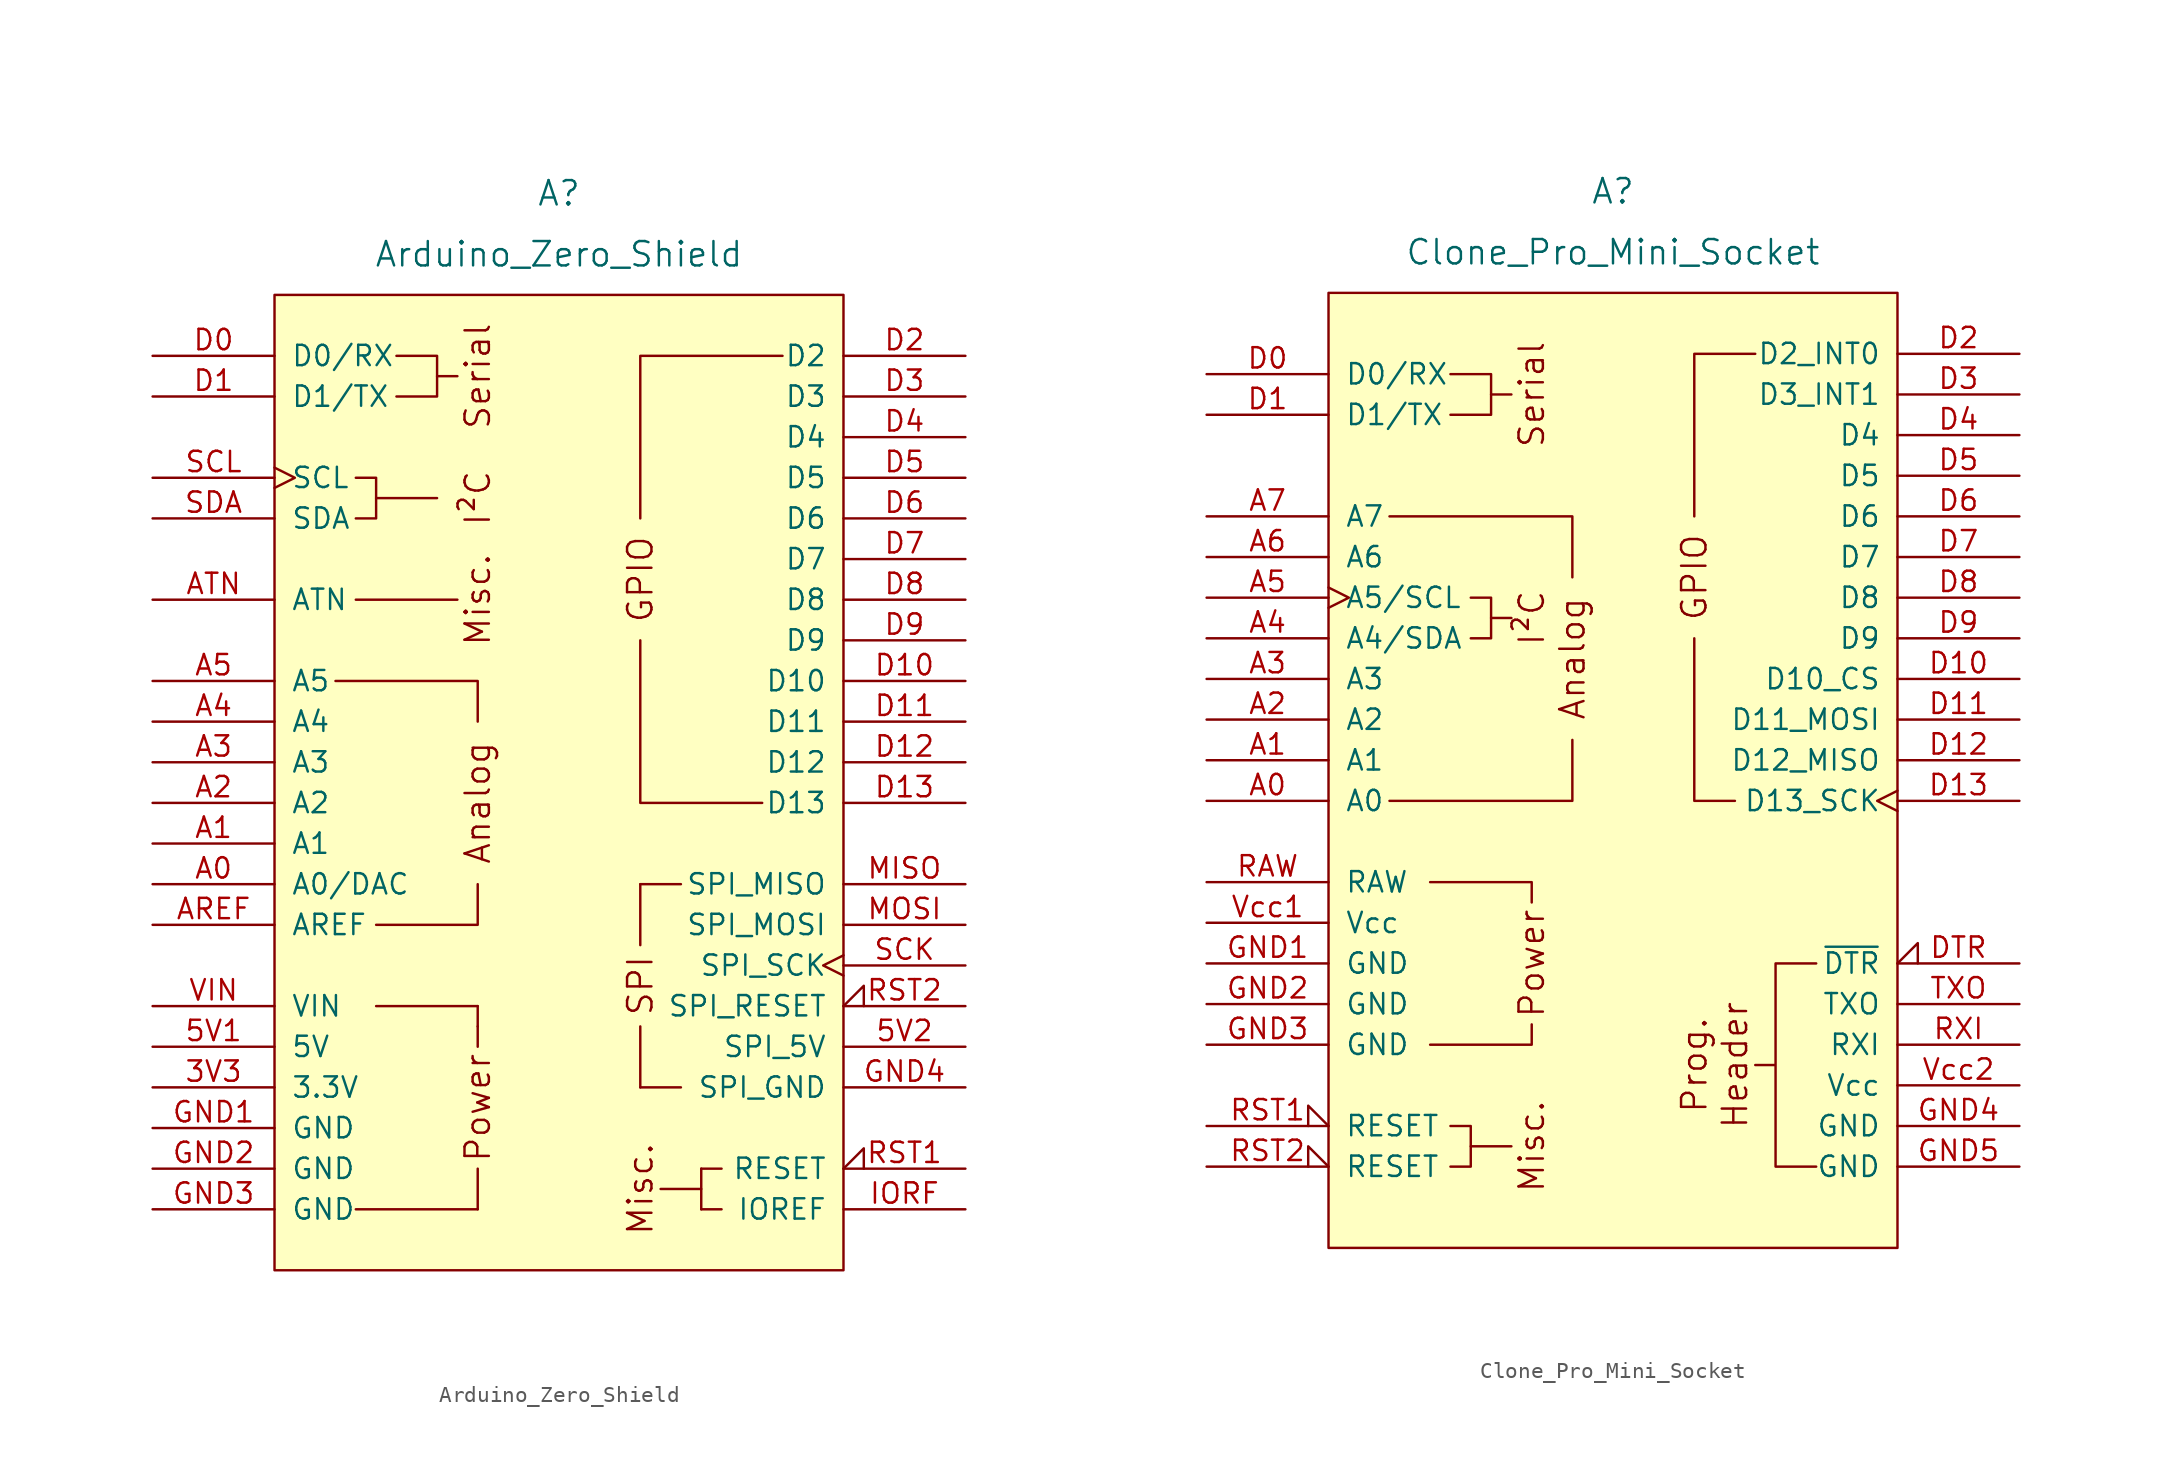
<source format=kicad_sym>
(kicad_symbol_lib
  (version 20211014)
  (generator kicad_symbol_editor)
  (symbol "Arduino_Zero_Shield"
    (pin_names
      (offset 1.016))
    (property "Reference" "A"
      (at 0 36.83 0)
      (effects (font (size 1.524 1.524))))
    (property "Value" "Arduino_Zero_Shield"
      (at 0 33.02 0)
      (effects (font (size 1.524 1.524))))
    (symbol "Arduino_Zero_Shield_0_0"
      (rectangle (start -17.78 30.48) (end 17.78 -30.48) (stroke (width 0) (type default) (color 0 0 0 0)) (fill (type background)))
      (rectangle (start -12.7 -26.67) (end -5.08 -26.67) (stroke (width 0) (type default) (color 0 0 0 0)) (fill (type none)))
      (rectangle (start -11.43 -13.97) (end -5.08 -13.97) (stroke (width 0) (type default) (color 0 0 0 0)) (fill (type none)))
      (polyline (pts (xy -11.43 17.78) (xy -7.62 17.78)) (stroke (width 0) (type default) (color 0 0 0 0)) (fill (type none)))
      (polyline (pts (xy -7.62 25.4) (xy -6.35 25.4)) (stroke (width 0) (type default) (color 0 0 0 0)) (fill (type none)))
      (polyline (pts (xy -6.35 11.43) (xy -12.7 11.43)) (stroke (width 0) (type default) (color 0 0 0 0)) (fill (type none)))
      (polyline (pts (xy -5.08 -26.67) (xy -5.08 -24.13)) (stroke (width 0) (type default) (color 0 0 0 0)) (fill (type none)))
      (polyline (pts (xy -5.08 -15.24) (xy -5.08 -16.51)) (stroke (width 0) (type default) (color 0 0 0 0)) (fill (type none)))
      (polyline (pts (xy -5.08 -13.97) (xy -5.08 -15.24)) (stroke (width 0) (type default) (color 0 0 0 0)) (fill (type none)))
      (polyline (pts (xy -5.08 -6.35) (xy -5.08 -8.89) (xy -11.43 -8.89)) (stroke (width 0) (type default) (color 0 0 0 0)) (fill (type none)))
      (polyline (pts (xy -5.08 3.81) (xy -5.08 6.35) (xy -13.97 6.35)) (stroke (width 0) (type default) (color 0 0 0 0)) (fill (type none)))
      (polyline (pts (xy 5.08 8.89) (xy 5.08 -1.27) (xy 12.7 -1.27)) (stroke (width 0) (type default) (color 0 0 0 0)) (fill (type none)))
      (polyline (pts (xy 5.08 16.51) (xy 5.08 26.67) (xy 13.97 26.67)) (stroke (width 0) (type default) (color 0 0 0 0)) (fill (type none)))
      (polyline (pts (xy -12.7 19.05) (xy -11.43 19.05) (xy -11.43 16.51) (xy -12.7 16.51)) (stroke (width 0) (type default) (color 0 0 0 0)) (fill (type none)))
      (polyline (pts (xy -10.16 26.67) (xy -7.62 26.67) (xy -7.62 24.13) (xy -10.16 24.13)) (stroke (width 0) (type default) (color 0 0 0 0)) (fill (type none)))
      (rectangle (start 5.08 -19.05) (end 5.08 -15.24) (stroke (width 0) (type default) (color 0 0 0 0)) (fill (type none)))
      (rectangle (start 5.08 -19.05) (end 7.62 -19.05) (stroke (width 0) (type default) (color 0 0 0 0)) (fill (type none)))
      (rectangle (start 5.08 -10.16) (end 5.08 -6.35) (stroke (width 0) (type default) (color 0 0 0 0)) (fill (type none)))
      (rectangle (start 7.62 -6.35) (end 5.08 -6.35) (stroke (width 0) (type default) (color 0 0 0 0)) (fill (type none)))
      (rectangle (start 8.89 -25.4) (end 6.35 -25.4) (stroke (width 0) (type default) (color 0 0 0 0)) (fill (type none)))
      (rectangle (start 8.89 -24.13) (end 8.89 -26.67) (stroke (width 0) (type default) (color 0 0 0 0)) (fill (type none)))
      (rectangle (start 10.16 -26.67) (end 8.89 -26.67) (stroke (width 0) (type default) (color 0 0 0 0)) (fill (type none)))
      (rectangle (start 10.16 -24.13) (end 8.89 -24.13) (stroke (width 0) (type default) (color 0 0 0 0)) (fill (type none)))
      (text "Analog" (at -5.08 -1.27 900) (effects (font (size 1.524 1.524))))
      (text "I²C" (at -5.08 17.78 900) (effects (font (size 1.524 1.524))))
      (text "Misc." (at -5.08 11.43 900) (effects (font (size 1.524 1.524))))
      (text "Misc." (at 5.08 -25.4 900) (effects (font (size 1.524 1.524))))
      (text "Power" (at -5.08 -20.32 900) (effects (font (size 1.524 1.524))))
      (text "Serial" (at -5.08 25.4 900) (effects (font (size 1.524 1.524))))
      (text "SPI" (at 5.08 -12.7 900) (effects (font (size 1.524 1.524)))))
    (symbol "Arduino_Zero_Shield_1_0"
      (text "GPIO" (at 5.08 12.7 900) (effects (font (size 1.524 1.524)))))
    (symbol "Arduino_Zero_Shield_1_1"
      (pin power_in line (at -25.4 -19.05 0) (length 7.62) (name "3.3V" (effects (font (size 1.27 1.27)))) (number "3V3" (effects (font (size 1.27 1.27)))))
      (pin power_in line (at -25.4 -16.51 0) (length 7.62) (name "5V" (effects (font (size 1.27 1.27)))) (number "5V1" (effects (font (size 1.27 1.27)))))
      (pin power_in line (at 25.4 -16.51 180) (length 7.62) (name "SPI_5V" (effects (font (size 1.27 1.27)))) (number "5V2" (effects (font (size 1.27 1.27)))))
      (pin bidirectional line (at -25.4 -6.35 0) (length 7.62) (name "A0/DAC" (effects (font (size 1.27 1.27)))) (number "A0" (effects (font (size 1.27 1.27)))))
      (pin bidirectional line (at -25.4 -3.81 0) (length 7.62) (name "A1" (effects (font (size 1.27 1.27)))) (number "A1" (effects (font (size 1.27 1.27)))))
      (pin bidirectional line (at -25.4 -1.27 0) (length 7.62) (name "A2" (effects (font (size 1.27 1.27)))) (number "A2" (effects (font (size 1.27 1.27)))))
      (pin bidirectional line (at -25.4 1.27 0) (length 7.62) (name "A3" (effects (font (size 1.27 1.27)))) (number "A3" (effects (font (size 1.27 1.27)))))
      (pin bidirectional line (at -25.4 3.81 0) (length 7.62) (name "A4" (effects (font (size 1.27 1.27)))) (number "A4" (effects (font (size 1.27 1.27)))))
      (pin bidirectional line (at -25.4 6.35 0) (length 7.62) (name "A5" (effects (font (size 1.27 1.27)))) (number "A5" (effects (font (size 1.27 1.27)))))
      (pin input line (at -25.4 -8.89 0) (length 7.62) (name "AREF" (effects (font (size 1.27 1.27)))) (number "AREF" (effects (font (size 1.27 1.27)))))
      (pin bidirectional line (at -25.4 11.43 0) (length 7.62) (name "ATN" (effects (font (size 1.27 1.27)))) (number "ATN" (effects (font (size 1.27 1.27)))))
      (pin bidirectional line (at -25.4 26.67 0) (length 7.62) (name "D0/RX" (effects (font (size 1.27 1.27)))) (number "D0" (effects (font (size 1.27 1.27)))))
      (pin bidirectional line (at -25.4 24.13 0) (length 7.62) (name "D1/TX" (effects (font (size 1.27 1.27)))) (number "D1" (effects (font (size 1.27 1.27)))))
      (pin bidirectional line (at 25.4 6.35 180) (length 7.62) (name "D10" (effects (font (size 1.27 1.27)))) (number "D10" (effects (font (size 1.27 1.27)))))
      (pin bidirectional line (at 25.4 3.81 180) (length 7.62) (name "D11" (effects (font (size 1.27 1.27)))) (number "D11" (effects (font (size 1.27 1.27)))))
      (pin bidirectional line (at 25.4 1.27 180) (length 7.62) (name "D12" (effects (font (size 1.27 1.27)))) (number "D12" (effects (font (size 1.27 1.27)))))
      (pin bidirectional line (at 25.4 -1.27 180) (length 7.62) (name "D13" (effects (font (size 1.27 1.27)))) (number "D13" (effects (font (size 1.27 1.27)))))
      (pin bidirectional line (at 25.4 26.67 180) (length 7.62) (name "D2" (effects (font (size 1.27 1.27)))) (number "D2" (effects (font (size 1.27 1.27)))))
      (pin bidirectional line (at 25.4 24.13 180) (length 7.62) (name "D3" (effects (font (size 1.27 1.27)))) (number "D3" (effects (font (size 1.27 1.27)))))
      (pin bidirectional line (at 25.4 21.59 180) (length 7.62) (name "D4" (effects (font (size 1.27 1.27)))) (number "D4" (effects (font (size 1.27 1.27)))))
      (pin bidirectional line (at 25.4 19.05 180) (length 7.62) (name "D5" (effects (font (size 1.27 1.27)))) (number "D5" (effects (font (size 1.27 1.27)))))
      (pin bidirectional line (at 25.4 16.51 180) (length 7.62) (name "D6" (effects (font (size 1.27 1.27)))) (number "D6" (effects (font (size 1.27 1.27)))))
      (pin bidirectional line (at 25.4 13.97 180) (length 7.62) (name "D7" (effects (font (size 1.27 1.27)))) (number "D7" (effects (font (size 1.27 1.27)))))
      (pin bidirectional line (at 25.4 11.43 180) (length 7.62) (name "D8" (effects (font (size 1.27 1.27)))) (number "D8" (effects (font (size 1.27 1.27)))))
      (pin bidirectional line (at 25.4 8.89 180) (length 7.62) (name "D9" (effects (font (size 1.27 1.27)))) (number "D9" (effects (font (size 1.27 1.27)))))
      (pin power_in line (at -25.4 -21.59 0) (length 7.62) (name "GND" (effects (font (size 1.27 1.27)))) (number "GND1" (effects (font (size 1.27 1.27)))))
      (pin power_in line (at -25.4 -24.13 0) (length 7.62) (name "GND" (effects (font (size 1.27 1.27)))) (number "GND2" (effects (font (size 1.27 1.27)))))
      (pin power_in line (at -25.4 -26.67 0) (length 7.62) (name "GND" (effects (font (size 1.27 1.27)))) (number "GND3" (effects (font (size 1.27 1.27)))))
      (pin power_in line (at 25.4 -19.05 180) (length 7.62) (name "SPI_GND" (effects (font (size 1.27 1.27)))) (number "GND4" (effects (font (size 1.27 1.27)))))
      (pin output line (at 25.4 -26.67 180) (length 7.62) (name "IOREF" (effects (font (size 1.27 1.27)))) (number "IORF" (effects (font (size 1.27 1.27)))))
      (pin input line (at 25.4 -6.35 180) (length 7.62) (name "SPI_MISO" (effects (font (size 1.27 1.27)))) (number "MISO" (effects (font (size 1.27 1.27)))))
      (pin output line (at 25.4 -8.89 180) (length 7.62) (name "SPI_MOSI" (effects (font (size 1.27 1.27)))) (number "MOSI" (effects (font (size 1.27 1.27)))))
      (pin open_collector input_low (at 25.4 -24.13 180) (length 7.62) (name "RESET" (effects (font (size 1.27 1.27)))) (number "RST1" (effects (font (size 1.27 1.27)))))
      (pin open_collector input_low (at 25.4 -13.97 180) (length 7.62) (name "SPI_RESET" (effects (font (size 1.27 1.27)))) (number "RST2" (effects (font (size 1.27 1.27)))))
      (pin output clock (at 25.4 -11.43 180) (length 7.62) (name "SPI_SCK" (effects (font (size 1.27 1.27)))) (number "SCK" (effects (font (size 1.27 1.27)))))
      (pin bidirectional clock (at -25.4 19.05 0) (length 7.62) (name "SCL" (effects (font (size 1.27 1.27)))) (number "SCL" (effects (font (size 1.27 1.27)))))
      (pin bidirectional line (at -25.4 16.51 0) (length 7.62) (name "SDA" (effects (font (size 1.27 1.27)))) (number "SDA" (effects (font (size 1.27 1.27)))))
      (pin power_in line (at -25.4 -13.97 0) (length 7.62) (name "VIN" (effects (font (size 1.27 1.27)))) (number "VIN" (effects (font (size 1.27 1.27)))))))
  (symbol "Clone_Pro_Mini_Socket"
    (pin_names
      (offset 1.016))
    (property "Reference" "A"
      (at 0 36.83 0)
      (effects (font (size 1.524 1.524))))
    (property "Value" "Clone_Pro_Mini_Socket"
      (at 0 33.02 0)
      (effects (font (size 1.524 1.524))))
    (symbol "Clone_Pro_Mini_Socket_0_0"
      (rectangle (start -17.78 30.48) (end 17.78 -29.21) (stroke (width 0) (type default) (color 0 0 0 0)) (fill (type background)))
      (polyline (pts (xy -7.62 10.16) (xy -6.35 10.16)) (stroke (width 0) (type default) (color 0 0 0 0)) (fill (type none)))
      (polyline (pts (xy -7.62 24.13) (xy -6.35 24.13)) (stroke (width 0) (type default) (color 0 0 0 0)) (fill (type none)))
      (polyline (pts (xy -6.35 -22.86) (xy -8.89 -22.86)) (stroke (width 0) (type default) (color 0 0 0 0)) (fill (type none)))
      (polyline (pts (xy -11.43 -16.51) (xy -5.08 -16.51) (xy -5.08 -15.24)) (stroke (width 0) (type default) (color 0 0 0 0)) (fill (type none)))
      (polyline (pts (xy -5.08 -7.62) (xy -5.08 -6.35) (xy -11.43 -6.35)) (stroke (width 0) (type default) (color 0 0 0 0)) (fill (type none)))
      (polyline (pts (xy -2.54 2.54) (xy -2.54 -1.27) (xy -13.97 -1.27)) (stroke (width 0) (type default) (color 0 0 0 0)) (fill (type none)))
      (polyline (pts (xy -2.54 12.7) (xy -2.54 16.51) (xy -13.97 16.51)) (stroke (width 0) (type default) (color 0 0 0 0)) (fill (type none)))
      (polyline (pts (xy -10.16 25.4) (xy -7.62 25.4) (xy -7.62 22.86) (xy -10.16 22.86)) (stroke (width 0) (type default) (color 0 0 0 0)) (fill (type none)))
      (polyline (pts (xy -8.89 11.43) (xy -7.62 11.43) (xy -7.62 8.89) (xy -8.89 8.89)) (stroke (width 0) (type default) (color 0 0 0 0)) (fill (type none)))
      (polyline (pts (xy 12.7 -11.43) (xy 10.16 -11.43) (xy 10.16 -16.51) (xy 10.16 -17.78) (xy 8.89 -17.78) (xy 10.16 -17.78) (xy 10.16 -24.13) (xy 12.7 -24.13)) (stroke (width 0) (type default) (color 0 0 0 0)) (fill (type none)))
      (text "Analog" (at -2.54 7.62 900) (effects (font (size 1.524 1.524))))
      (text "Header" (at 7.62 -17.78 900) (effects (font (size 1.524 1.524))))
      (text "I²C" (at -5.08 10.16 900) (effects (font (size 1.524 1.524))))
      (text "Misc." (at -5.08 -22.86 900) (effects (font (size 1.524 1.524))))
      (text "Power" (at -5.08 -11.43 900) (effects (font (size 1.524 1.524))))
      (text "Prog." (at 5.08 -17.78 900) (effects (font (size 1.524 1.524))))
      (text "Serial" (at -5.08 24.13 900) (effects (font (size 1.524 1.524)))))
    (symbol "Clone_Pro_Mini_Socket_0_1"
      (polyline (pts (xy 7.62 -1.27) (xy 5.08 -1.27) (xy 5.08 8.89)) (stroke (width 0) (type default) (color 0 0 0 0)) (fill (type none)))
      (polyline (pts (xy 8.89 26.67) (xy 5.08 26.67) (xy 5.08 16.51)) (stroke (width 0) (type default) (color 0 0 0 0)) (fill (type none)))
      (polyline (pts (xy -10.16 -24.13) (xy -8.89 -24.13) (xy -8.89 -21.59) (xy -10.16 -21.59)) (stroke (width 0) (type default) (color 0 0 0 0)) (fill (type none))))
    (symbol "Clone_Pro_Mini_Socket_1_0"
      (text "GPIO" (at 5.08 12.7 900) (effects (font (size 1.524 1.524)))))
    (symbol "Clone_Pro_Mini_Socket_1_1"
      (pin bidirectional line (at -25.4 -1.27 0) (length 7.62) (name "A0" (effects (font (size 1.27 1.27)))) (number "A0" (effects (font (size 1.27 1.27)))))
      (pin bidirectional line (at -25.4 1.27 0) (length 7.62) (name "A1" (effects (font (size 1.27 1.27)))) (number "A1" (effects (font (size 1.27 1.27)))))
      (pin bidirectional line (at -25.4 3.81 0) (length 7.62) (name "A2" (effects (font (size 1.27 1.27)))) (number "A2" (effects (font (size 1.27 1.27)))))
      (pin bidirectional line (at -25.4 6.35 0) (length 7.62) (name "A3" (effects (font (size 1.27 1.27)))) (number "A3" (effects (font (size 1.27 1.27)))))
      (pin bidirectional line (at -25.4 8.89 0) (length 7.62) (name "A4/SDA" (effects (font (size 1.27 1.27)))) (number "A4" (effects (font (size 1.27 1.27)))))
      (pin bidirectional clock (at -25.4 11.43 0) (length 7.62) (name "A5/SCL" (effects (font (size 1.27 1.27)))) (number "A5" (effects (font (size 1.27 1.27)))))
      (pin input line (at -25.4 13.97 0) (length 7.62) (name "A6" (effects (font (size 1.27 1.27)))) (number "A6" (effects (font (size 1.27 1.27)))))
      (pin input line (at -25.4 16.51 0) (length 7.62) (name "A7" (effects (font (size 1.27 1.27)))) (number "A7" (effects (font (size 1.27 1.27)))))
      (pin bidirectional line (at -25.4 25.4 0) (length 7.62) (name "D0/RX" (effects (font (size 1.27 1.27)))) (number "D0" (effects (font (size 1.27 1.27)))))
      (pin bidirectional line (at -25.4 22.86 0) (length 7.62) (name "D1/TX" (effects (font (size 1.27 1.27)))) (number "D1" (effects (font (size 1.27 1.27)))))
      (pin bidirectional line (at 25.4 6.35 180) (length 7.62) (name "D10_CS" (effects (font (size 1.27 1.27)))) (number "D10" (effects (font (size 1.27 1.27)))))
      (pin bidirectional line (at 25.4 3.81 180) (length 7.62) (name "D11_MOSI" (effects (font (size 1.27 1.27)))) (number "D11" (effects (font (size 1.27 1.27)))))
      (pin bidirectional line (at 25.4 1.27 180) (length 7.62) (name "D12_MISO" (effects (font (size 1.27 1.27)))) (number "D12" (effects (font (size 1.27 1.27)))))
      (pin bidirectional clock (at 25.4 -1.27 180) (length 7.62) (name "D13_SCK" (effects (font (size 1.27 1.27)))) (number "D13" (effects (font (size 1.27 1.27)))))
      (pin bidirectional line (at 25.4 26.67 180) (length 7.62) (name "D2_INT0" (effects (font (size 1.27 1.27)))) (number "D2" (effects (font (size 1.27 1.27)))))
      (pin bidirectional line (at 25.4 24.13 180) (length 7.62) (name "D3_INT1" (effects (font (size 1.27 1.27)))) (number "D3" (effects (font (size 1.27 1.27)))))
      (pin bidirectional line (at 25.4 21.59 180) (length 7.62) (name "D4" (effects (font (size 1.27 1.27)))) (number "D4" (effects (font (size 1.27 1.27)))))
      (pin bidirectional line (at 25.4 19.05 180) (length 7.62) (name "D5" (effects (font (size 1.27 1.27)))) (number "D5" (effects (font (size 1.27 1.27)))))
      (pin bidirectional line (at 25.4 16.51 180) (length 7.62) (name "D6" (effects (font (size 1.27 1.27)))) (number "D6" (effects (font (size 1.27 1.27)))))
      (pin bidirectional line (at 25.4 13.97 180) (length 7.62) (name "D7" (effects (font (size 1.27 1.27)))) (number "D7" (effects (font (size 1.27 1.27)))))
      (pin bidirectional line (at 25.4 11.43 180) (length 7.62) (name "D8" (effects (font (size 1.27 1.27)))) (number "D8" (effects (font (size 1.27 1.27)))))
      (pin bidirectional line (at 25.4 8.89 180) (length 7.62) (name "D9" (effects (font (size 1.27 1.27)))) (number "D9" (effects (font (size 1.27 1.27)))))
      (pin input input_low (at 25.4 -11.43 180) (length 7.62) (name "~{DTR}" (effects (font (size 1.27 1.27)))) (number "DTR" (effects (font (size 1.27 1.27)))))
      (pin power_in line (at -25.4 -11.43 0) (length 7.62) (name "GND" (effects (font (size 1.27 1.27)))) (number "GND1" (effects (font (size 1.27 1.27)))))
      (pin power_in line (at -25.4 -13.97 0) (length 7.62) (name "GND" (effects (font (size 1.27 1.27)))) (number "GND2" (effects (font (size 1.27 1.27)))))
      (pin power_in line (at -25.4 -16.51 0) (length 7.62) (name "GND" (effects (font (size 1.27 1.27)))) (number "GND3" (effects (font (size 1.27 1.27)))))
      (pin power_in line (at 25.4 -21.59 180) (length 7.62) (name "GND" (effects (font (size 1.27 1.27)))) (number "GND4" (effects (font (size 1.27 1.27)))))
      (pin power_in line (at 25.4 -24.13 180) (length 7.62) (name "GND" (effects (font (size 1.27 1.27)))) (number "GND5" (effects (font (size 1.27 1.27)))))
      (pin power_in line (at -25.4 -6.35 0) (length 7.62) (name "RAW" (effects (font (size 1.27 1.27)))) (number "RAW" (effects (font (size 1.27 1.27)))))
      (pin open_collector input_low (at -25.4 -21.59 0) (length 7.62) (name "RESET" (effects (font (size 1.27 1.27)))) (number "RST1" (effects (font (size 1.27 1.27)))))
      (pin open_collector input_low (at -25.4 -24.13 0) (length 7.62) (name "RESET" (effects (font (size 1.27 1.27)))) (number "RST2" (effects (font (size 1.27 1.27)))))
      (pin input line (at 25.4 -16.51 180) (length 7.62) (name "RXI" (effects (font (size 1.27 1.27)))) (number "RXI" (effects (font (size 1.27 1.27)))))
      (pin output line (at 25.4 -13.97 180) (length 7.62) (name "TXO" (effects (font (size 1.27 1.27)))) (number "TXO" (effects (font (size 1.27 1.27)))))
      (pin power_in line (at -25.4 -8.89 0) (length 7.62) (name "Vcc" (effects (font (size 1.27 1.27)))) (number "Vcc1" (effects (font (size 1.27 1.27)))))
      (pin power_in line (at 25.4 -19.05 180) (length 7.62) (name "Vcc" (effects (font (size 1.27 1.27)))) (number "Vcc2" (effects (font (size 1.27 1.27))))))))
</source>
